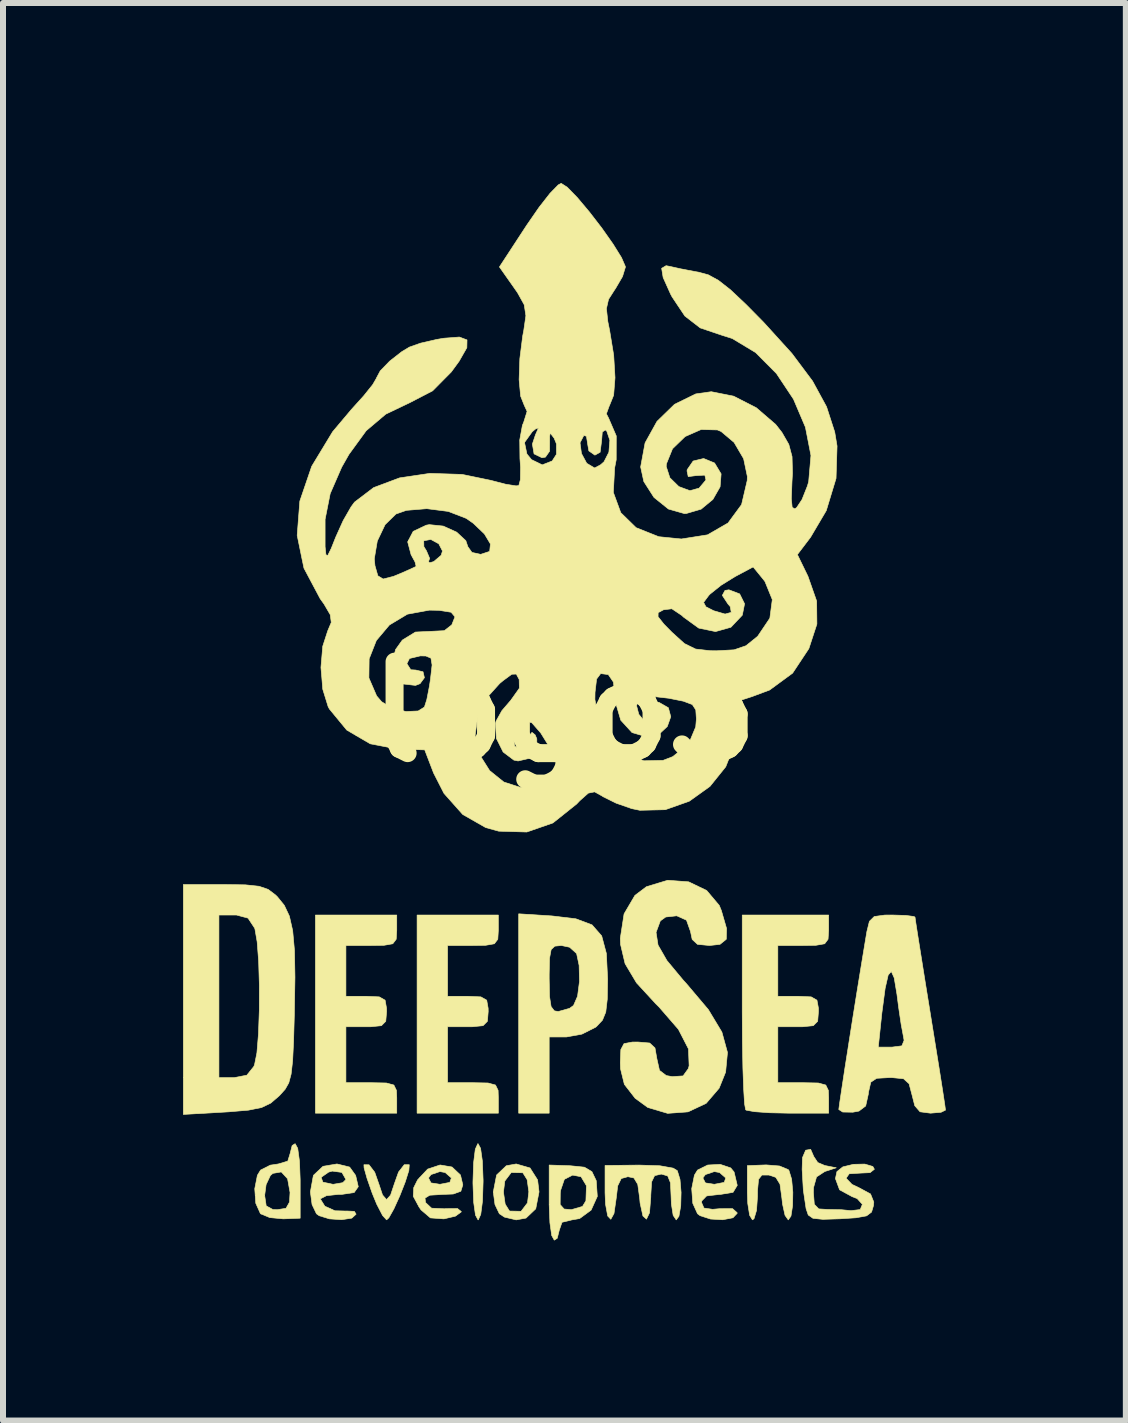
<source format=kicad_pcb>
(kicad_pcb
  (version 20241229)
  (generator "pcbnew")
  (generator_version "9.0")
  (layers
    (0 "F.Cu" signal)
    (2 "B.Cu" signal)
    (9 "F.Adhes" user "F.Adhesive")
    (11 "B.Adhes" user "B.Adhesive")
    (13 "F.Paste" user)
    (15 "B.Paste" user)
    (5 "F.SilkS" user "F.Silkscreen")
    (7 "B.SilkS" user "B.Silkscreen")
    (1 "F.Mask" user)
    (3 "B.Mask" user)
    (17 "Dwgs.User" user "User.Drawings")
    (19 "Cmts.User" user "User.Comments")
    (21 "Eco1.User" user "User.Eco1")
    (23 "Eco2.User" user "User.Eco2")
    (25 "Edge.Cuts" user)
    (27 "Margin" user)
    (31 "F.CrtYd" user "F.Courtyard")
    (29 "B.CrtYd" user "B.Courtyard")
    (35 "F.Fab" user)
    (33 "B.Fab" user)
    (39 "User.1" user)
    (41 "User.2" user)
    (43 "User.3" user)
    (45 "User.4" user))
  (footprint "logo3"
    (layer "F.Cu")
    (at 6.355 8.81)
    (property "Reference" "logo3" (at 0 0 0) (layer "F.SilkS") (effects (font (size 1.524 1.524) (thickness 0.3))))
    (attr through_hole)
    (fp_poly (pts (xy -1.397 7.275) (xy -1.367 7.489) (xy -1.355 7.802) (xy -1.355 7.832) (xy -1.365 8.152) (xy -1.394 8.375) (xy -1.435 8.466) (xy -1.439 8.467) (xy -1.482 8.388) (xy -1.512 8.175) (xy -1.524 7.861) (xy -1.524 7.832) (xy -1.513 7.512) (xy -1.485 7.289) (xy -1.443 7.197) (xy -1.439 7.197) (xy -1.397 7.275)) (stroke (width 0.01) (type solid)) (fill yes) (layer "F.SilkS"))
    (fp_poly (pts (xy -2.592 7.643) (xy -2.652 7.834) (xy -2.743 8.066) (xy -2.842 8.284) (xy -2.926 8.433) (xy -2.963 8.467) (xy -3.03 8.394) (xy -3.127 8.207) (xy -3.203 8.022) (xy -3.289 7.775) (xy -3.338 7.601) (xy -3.341 7.548) (xy -3.256 7.549) (xy -3.161 7.673) (xy -3.09 7.875) (xy -3.031 8.052) (xy -2.965 8.128) (xy -2.963 8.128) (xy -2.897 8.055) (xy -2.838 7.879) (xy -2.837 7.875) (xy -2.764 7.67) (xy -2.669 7.548) (xy -2.585 7.548) (xy -2.592 7.643)) (stroke (width 0.01) (type solid)) (fill yes) (layer "F.SilkS"))
    (fp_poly (pts (xy 3.584 7.569) (xy 3.729 7.629) (xy 3.741 7.643) (xy 3.786 7.789) (xy 3.806 8.005) (xy 3.802 8.23) (xy 3.775 8.404) (xy 3.73 8.467) (xy 3.676 8.391) (xy 3.634 8.201) (xy 3.624 8.107) (xy 3.592 7.872) (xy 3.522 7.758) (xy 3.408 7.72) (xy 3.291 7.72) (xy 3.235 7.791) (xy 3.218 7.974) (xy 3.217 8.08) (xy 3.201 8.309) (xy 3.159 8.448) (xy 3.133 8.467) (xy 3.086 8.39) (xy 3.055 8.194) (xy 3.048 8.015) (xy 3.048 7.563) (xy 3.362 7.551) (xy 3.584 7.569)) (stroke (width 0.01) (type solid)) (fill yes) (layer "F.SilkS"))
    (fp_poly (pts (xy -2.794 3.641) (xy -2.803 3.791) (xy -2.86 3.866) (xy -3.008 3.892) (xy -3.217 3.895) (xy -3.641 3.895) (xy -3.641 4.741) (xy -3.302 4.741) (xy -3.085 4.751) (xy -2.988 4.806) (xy -2.964 4.941) (xy -2.963 4.995) (xy -2.977 5.158) (xy -3.049 5.231) (xy -3.229 5.249) (xy -3.302 5.249) (xy -3.641 5.249) (xy -3.641 6.181) (xy -3.217 6.181) (xy -2.967 6.186) (xy -2.842 6.22) (xy -2.799 6.309) (xy -2.794 6.435) (xy -2.794 6.689) (xy -4.149 6.689) (xy -4.149 3.387) (xy -2.794 3.387) (xy -2.794 3.641)) (stroke (width 0.01) (type solid)) (fill yes) (layer "F.SilkS"))
    (fp_poly (pts (xy -1.101 3.641) (xy -1.11 3.791) (xy -1.167 3.866) (xy -1.315 3.892) (xy -1.524 3.895) (xy -1.947 3.895) (xy -1.947 4.741) (xy -1.609 4.741) (xy -1.392 4.751) (xy -1.295 4.806) (xy -1.271 4.941) (xy -1.27 4.995) (xy -1.283 5.158) (xy -1.356 5.231) (xy -1.536 5.249) (xy -1.609 5.249) (xy -1.947 5.249) (xy -1.947 6.181) (xy -1.524 6.181) (xy -1.273 6.186) (xy -1.148 6.22) (xy -1.105 6.309) (xy -1.101 6.435) (xy -1.101 6.689) (xy -2.455 6.689) (xy -2.455 3.387) (xy -1.101 3.387) (xy -1.101 3.641)) (stroke (width 0.01) (type solid)) (fill yes) (layer "F.SilkS"))
    (fp_poly (pts (xy -0.573 7.602) (xy -0.447 7.801) (xy -0.423 8.001) (xy -0.478 8.283) (xy -0.64 8.437) (xy -0.804 8.467) (xy -0.999 8.421) (xy -1.084 8.365) (xy -1.157 8.212) (xy -1.185 8.003) (xy -1.016 8.003) (xy -0.987 8.205) (xy -0.917 8.317) (xy -0.91 8.32) (xy -0.722 8.324) (xy -0.615 8.183) (xy -0.593 7.999) (xy -0.621 7.797) (xy -0.691 7.685) (xy -0.699 7.682) (xy -0.886 7.678) (xy -0.993 7.819) (xy -1.016 8.003) (xy -1.185 8.003) (xy -1.185 8.001) (xy -1.13 7.719) (xy -0.968 7.565) (xy -0.804 7.535) (xy -0.573 7.602)) (stroke (width 0.01) (type solid)) (fill yes) (layer "F.SilkS"))
    (fp_poly (pts (xy 0.099 7.565) (xy 0.333 7.589) (xy 0.458 7.663) (xy 0.53 7.813) (xy 0.548 8.076) (xy 0.445 8.304) (xy 0.253 8.445) (xy 0.125 8.467) (xy -0.04 8.507) (xy -0.085 8.636) (xy -0.12 8.774) (xy -0.169 8.805) (xy -0.212 8.727) (xy -0.242 8.514) (xy -0.254 8.212) (xy -0.071 8.212) (xy -0.005 8.286) (xy 0.115 8.297) (xy 0.301 8.243) (xy 0.358 8.149) (xy 0.367 7.898) (xy 0.277 7.748) (xy 0.137 7.721) (xy -0.001 7.791) (xy -0.064 7.976) (xy -0.069 8.022) (xy -0.071 8.212) (xy -0.254 8.212) (xy -0.254 8.203) (xy -0.254 8.179) (xy -0.254 7.553) (xy 0.099 7.565)) (stroke (width 0.01) (type solid)) (fill yes) (layer "F.SilkS"))
    (fp_poly (pts (xy -4.444 7.275) (xy -4.415 7.488) (xy -4.403 7.798) (xy -4.403 7.818) (xy -4.403 8.439) (xy -4.685 8.45) (xy -4.909 8.429) (xy -5.062 8.366) (xy -5.066 8.362) (xy -5.143 8.19) (xy -5.152 8.06) (xy -4.995 8.06) (xy -4.969 8.234) (xy -4.858 8.294) (xy -4.784 8.297) (xy -4.639 8.274) (xy -4.581 8.171) (xy -4.572 8.01) (xy -4.613 7.782) (xy -4.718 7.668) (xy -4.858 7.692) (xy -4.9 7.728) (xy -4.971 7.879) (xy -4.995 8.06) (xy -5.152 8.06) (xy -5.16 7.948) (xy -5.116 7.724) (xy -5.063 7.637) (xy -4.901 7.555) (xy -4.767 7.535) (xy -4.61 7.488) (xy -4.572 7.366) (xy -4.537 7.228) (xy -4.487 7.197) (xy -4.444 7.275)) (stroke (width 0.01) (type solid)) (fill yes) (layer "F.SilkS"))
    (fp_poly (pts (xy -3.579 7.587) (xy -3.479 7.726) (xy -3.435 7.914) (xy -3.503 8.011) (xy -3.707 8.042) (xy -3.773 8.043) (xy -3.967 8.064) (xy -4.062 8.114) (xy -4.064 8.124) (xy -3.992 8.239) (xy -3.824 8.315) (xy -3.635 8.32) (xy -3.629 8.319) (xy -3.501 8.325) (xy -3.471 8.372) (xy -3.543 8.438) (xy -3.713 8.464) (xy -3.916 8.45) (xy -4.086 8.398) (xy -4.132 8.365) (xy -4.205 8.212) (xy -4.233 8.001) (xy -4.189 7.758) (xy -4.054 7.758) (xy -4.025 7.838) (xy -3.857 7.874) (xy -3.852 7.874) (xy -3.693 7.847) (xy -3.641 7.794) (xy -3.708 7.676) (xy -3.868 7.654) (xy -3.929 7.671) (xy -4.054 7.758) (xy -4.189 7.758) (xy -4.182 7.724) (xy -4.022 7.574) (xy -3.79 7.535) (xy -3.579 7.587)) (stroke (width 0.01) (type solid)) (fill yes) (layer "F.SilkS"))
    (fp_poly (pts (xy -1.873 7.586) (xy -1.732 7.719) (xy -1.693 7.884) (xy -1.726 7.99) (xy -1.853 8.036) (xy -2.029 8.043) (xy -2.244 8.056) (xy -2.323 8.104) (xy -2.314 8.178) (xy -2.214 8.272) (xy -1.999 8.282) (xy -1.976 8.28) (xy -1.781 8.278) (xy -1.718 8.329) (xy -1.72 8.335) (xy -1.816 8.405) (xy -2.007 8.45) (xy -2.012 8.45) (xy -2.233 8.434) (xy -2.389 8.301) (xy -2.424 8.25) (xy -2.519 8.073) (xy -2.511 7.93) (xy -2.447 7.801) (xy -2.417 7.768) (xy -2.265 7.768) (xy -2.223 7.851) (xy -2.074 7.874) (xy -1.909 7.842) (xy -1.884 7.768) (xy -1.987 7.678) (xy -2.074 7.662) (xy -2.223 7.712) (xy -2.265 7.768) (xy -2.417 7.768) (xy -2.279 7.621) (xy -2.072 7.552) (xy -1.873 7.586)) (stroke (width 0.01) (type solid)) (fill yes) (layer "F.SilkS"))
    (fp_poly (pts (xy -0.21 3.402) (xy 0.191 3.45) (xy 0.46 3.551) (xy 0.621 3.735) (xy 0.699 4.028) (xy 0.72 4.455) (xy 0.714 4.791) (xy 0.689 5.004) (xy 0.634 5.139) (xy 0.537 5.242) (xy 0.52 5.257) (xy 0.291 5.372) (xy 0.033 5.419) (xy -0.254 5.419) (xy -0.254 6.689) (xy -0.762 6.689) (xy -0.762 4.445) (xy -0.254 4.445) (xy -0.248 4.745) (xy -0.222 4.913) (xy -0.168 4.984) (xy -0.102 4.995) (xy 0.086 4.942) (xy 0.152 4.894) (xy 0.219 4.74) (xy 0.251 4.494) (xy 0.245 4.227) (xy 0.203 4.029) (xy 0.087 3.924) (xy -0.051 3.895) (xy -0.16 3.906) (xy -0.221 3.963) (xy -0.248 4.107) (xy -0.254 4.374) (xy -0.254 4.445) (xy -0.762 4.445) (xy -0.762 3.367) (xy -0.21 3.402)) (stroke (width 0.01) (type solid)) (fill yes) (layer "F.SilkS"))
    (fp_poly (pts (xy 1.59 7.565) (xy 1.813 7.605) (xy 1.881 7.647) (xy 1.926 7.793) (xy 1.944 8.01) (xy 1.938 8.234) (xy 1.908 8.407) (xy 1.863 8.467) (xy 1.812 8.391) (xy 1.782 8.2) (xy 1.778 8.086) (xy 1.767 7.848) (xy 1.721 7.735) (xy 1.621 7.705) (xy 1.609 7.705) (xy 1.503 7.73) (xy 1.453 7.833) (xy 1.439 8.058) (xy 1.439 8.086) (xy 1.418 8.349) (xy 1.367 8.455) (xy 1.308 8.402) (xy 1.261 8.187) (xy 1.254 8.107) (xy 1.222 7.875) (xy 1.158 7.769) (xy 1.058 7.747) (xy 0.947 7.778) (xy 0.888 7.899) (xy 0.863 8.107) (xy 0.826 8.361) (xy 0.773 8.457) (xy 0.721 8.402) (xy 0.685 8.205) (xy 0.677 8.014) (xy 0.677 7.56) (xy 1.247 7.554) (xy 1.59 7.565)) (stroke (width 0.01) (type solid)) (fill yes) (layer "F.SilkS"))
    (fp_poly (pts (xy 2.771 7.601) (xy 2.827 7.669) (xy 2.88 7.892) (xy 2.81 8.008) (xy 2.599 8.043) (xy 2.582 8.043) (xy 2.369 8.068) (xy 2.289 8.151) (xy 2.286 8.18) (xy 2.325 8.27) (xy 2.469 8.291) (xy 2.582 8.281) (xy 2.802 8.28) (xy 2.878 8.348) (xy 2.879 8.357) (xy 2.808 8.432) (xy 2.637 8.465) (xy 2.434 8.453) (xy 2.261 8.397) (xy 2.218 8.365) (xy 2.139 8.191) (xy 2.121 7.947) (xy 2.157 7.768) (xy 2.307 7.768) (xy 2.349 7.851) (xy 2.498 7.874) (xy 2.663 7.842) (xy 2.688 7.768) (xy 2.585 7.678) (xy 2.498 7.662) (xy 2.349 7.712) (xy 2.307 7.768) (xy 2.157 7.768) (xy 2.166 7.722) (xy 2.218 7.637) (xy 2.387 7.553) (xy 2.596 7.542) (xy 2.771 7.601)) (stroke (width 0.01) (type solid)) (fill yes) (layer "F.SilkS"))
    (fp_poly (pts (xy 4.403 3.641) (xy 4.393 3.791) (xy 4.337 3.866) (xy 4.188 3.892) (xy 3.979 3.895) (xy 3.556 3.895) (xy 3.556 4.741) (xy 3.895 4.741) (xy 4.112 4.751) (xy 4.208 4.806) (xy 4.233 4.941) (xy 4.233 4.995) (xy 4.22 5.158) (xy 4.147 5.231) (xy 3.967 5.249) (xy 3.895 5.249) (xy 3.556 5.249) (xy 3.556 6.181) (xy 3.979 6.181) (xy 4.23 6.186) (xy 4.355 6.22) (xy 4.398 6.309) (xy 4.403 6.435) (xy 4.403 6.689) (xy 3.739 6.689) (xy 3.419 6.682) (xy 3.168 6.664) (xy 3.03 6.639) (xy 3.02 6.632) (xy 3.002 6.534) (xy 2.987 6.293) (xy 2.974 5.938) (xy 2.966 5.495) (xy 2.963 4.993) (xy 2.963 4.981) (xy 2.963 3.387) (xy 4.403 3.387) (xy 4.403 3.641)) (stroke (width 0.01) (type solid)) (fill yes) (layer "F.SilkS"))
    (fp_poly (pts (xy -5.317 2.884) (xy -5.089 2.908) (xy -4.937 2.96) (xy -4.815 3.052) (xy -4.785 3.081) (xy -4.668 3.225) (xy -4.583 3.405) (xy -4.528 3.648) (xy -4.498 3.979) (xy -4.49 4.424) (xy -4.5 5.012) (xy -4.5 5.031) (xy -4.513 5.493) (xy -4.529 5.818) (xy -4.554 6.038) (xy -4.593 6.184) (xy -4.653 6.29) (xy -4.74 6.387) (xy -4.757 6.404) (xy -4.893 6.521) (xy -5.047 6.595) (xy -5.266 6.639) (xy -5.598 6.667) (xy -5.667 6.671) (xy -6.35 6.71) (xy -6.35 3.387) (xy -5.757 3.387) (xy -5.757 6.096) (xy -5.501 6.096) (xy -5.292 6.056) (xy -5.175 5.91) (xy -5.163 5.879) (xy -5.124 5.684) (xy -5.098 5.367) (xy -5.084 4.976) (xy -5.083 4.559) (xy -5.095 4.162) (xy -5.12 3.834) (xy -5.157 3.62) (xy -5.163 3.604) (xy -5.272 3.439) (xy -5.465 3.387) (xy -5.501 3.387) (xy -5.757 3.387) (xy -6.35 3.387) (xy -6.35 2.879) (xy -5.669 2.879) (xy -5.317 2.884)) (stroke (width 0.01) (type solid)) (fill yes) (layer "F.SilkS"))
    (fp_poly (pts (xy 4.149 7.397) (xy 4.149 7.402) (xy 4.221 7.511) (xy 4.339 7.561) (xy 4.53 7.599) (xy 4.339 7.661) (xy 4.201 7.751) (xy 4.151 7.929) (xy 4.149 8.012) (xy 4.164 8.207) (xy 4.238 8.284) (xy 4.381 8.293) (xy 4.62 8.298) (xy 4.775 8.313) (xy 4.929 8.295) (xy 4.965 8.208) (xy 4.878 8.112) (xy 4.796 8.081) (xy 4.585 7.966) (xy 4.516 7.779) (xy 4.541 7.662) (xy 4.639 7.584) (xy 4.816 7.541) (xy 5.005 7.537) (xy 5.139 7.577) (xy 5.165 7.623) (xy 5.093 7.68) (xy 4.941 7.687) (xy 4.745 7.699) (xy 4.694 7.773) (xy 4.791 7.875) (xy 4.916 7.935) (xy 5.101 8.035) (xy 5.155 8.17) (xy 5.15 8.229) (xy 5.118 8.337) (xy 5.035 8.4) (xy 4.859 8.432) (xy 4.596 8.449) (xy 4.306 8.458) (xy 4.142 8.441) (xy 4.063 8.386) (xy 4.027 8.28) (xy 4.027 8.28) (xy 3.981 7.971) (xy 3.961 7.625) (xy 3.967 7.429) (xy 4.02 7.306) (xy 4.103 7.292) (xy 4.149 7.397)) (stroke (width 0.01) (type solid)) (fill yes) (layer "F.SilkS"))
    (fp_poly (pts (xy 2.07 2.834) (xy 2.37 2.978) (xy 2.58 3.227) (xy 2.615 3.312) (xy 2.702 3.612) (xy 2.697 3.791) (xy 2.592 3.876) (xy 2.419 3.895) (xy 2.218 3.876) (xy 2.129 3.794) (xy 2.101 3.662) (xy 2.034 3.473) (xy 1.872 3.4) (xy 1.688 3.42) (xy 1.598 3.485) (xy 1.527 3.676) (xy 1.56 3.888) (xy 1.708 4.146) (xy 1.981 4.474) (xy 2.034 4.532) (xy 2.399 4.964) (xy 2.624 5.338) (xy 2.717 5.677) (xy 2.686 6.005) (xy 2.578 6.273) (xy 2.362 6.525) (xy 2.06 6.667) (xy 1.72 6.692) (xy 1.389 6.594) (xy 1.179 6.441) (xy 0.999 6.209) (xy 0.935 5.95) (xy 0.931 5.849) (xy 0.94 5.629) (xy 0.993 5.53) (xy 1.131 5.504) (xy 1.222 5.503) (xy 1.421 5.52) (xy 1.509 5.602) (xy 1.54 5.779) (xy 1.584 5.976) (xy 1.697 6.062) (xy 1.796 6.08) (xy 1.977 6.068) (xy 2.065 5.946) (xy 2.078 5.899) (xy 2.067 5.618) (xy 1.9 5.293) (xy 1.575 4.918) (xy 1.524 4.868) (xy 1.201 4.517) (xy 1.011 4.198) (xy 0.935 3.876) (xy 0.931 3.776) (xy 0.994 3.368) (xy 1.175 3.06) (xy 1.367 2.915) (xy 1.721 2.808) (xy 2.07 2.834)) (stroke (width 0.01) (type solid)) (fill yes) (layer "F.SilkS"))
    (fp_poly (pts (xy 5.691 3.394) (xy 5.825 3.412) (xy 5.842 3.423) (xy 5.855 3.514) (xy 5.891 3.746) (xy 5.946 4.091) (xy 6.015 4.524) (xy 6.095 5.017) (xy 6.096 5.024) (xy 6.176 5.519) (xy 6.246 5.954) (xy 6.301 6.304) (xy 6.337 6.541) (xy 6.35 6.638) (xy 6.35 6.638) (xy 6.276 6.674) (xy 6.1 6.689) (xy 5.926 6.666) (xy 5.838 6.565) (xy 5.794 6.392) (xy 5.743 6.199) (xy 5.65 6.115) (xy 5.455 6.096) (xy 5.415 6.096) (xy 5.202 6.108) (xy 5.105 6.173) (xy 5.068 6.334) (xy 5.064 6.371) (xy 5.02 6.569) (xy 4.908 6.654) (xy 4.805 6.673) (xy 4.637 6.67) (xy 4.572 6.628) (xy 4.585 6.528) (xy 4.62 6.293) (xy 4.671 5.956) (xy 4.729 5.588) (xy 5.23 5.588) (xy 5.46 5.588) (xy 5.623 5.567) (xy 5.66 5.475) (xy 5.646 5.397) (xy 5.611 5.209) (xy 5.569 4.926) (xy 5.541 4.708) (xy 5.495 4.434) (xy 5.447 4.328) (xy 5.395 4.387) (xy 5.344 4.61) (xy 5.293 4.995) (xy 5.29 5.016) (xy 5.23 5.588) (xy 4.729 5.588) (xy 4.735 5.548) (xy 4.805 5.103) (xy 4.877 4.653) (xy 4.946 4.23) (xy 5.006 3.866) (xy 5.04 3.662) (xy 5.082 3.492) (xy 5.163 3.412) (xy 5.337 3.388) (xy 5.465 3.387) (xy 5.691 3.394)) (stroke (width 0.01) (type solid)) (fill yes) (layer "F.SilkS"))
    (fp_poly (pts (xy 0.047 -8.74) (xy 0.213 -8.57) (xy 0.414 -8.331) (xy 0.623 -8.06) (xy 0.811 -7.793) (xy 0.951 -7.568) (xy 1.015 -7.42) (xy 1.016 -7.408) (xy 0.968 -7.252) (xy 0.852 -7.053) (xy 0.838 -7.033) (xy 0.735 -6.872) (xy 0.7 -6.718) (xy 0.723 -6.503) (xy 0.753 -6.355) (xy 0.821 -5.94) (xy 0.843 -5.566) (xy 0.82 -5.274) (xy 0.751 -5.103) (xy 0.749 -5.101) (xy 0.699 -4.965) (xy 0.736 -4.893) (xy 0.864 -4.596) (xy 0.863 -4.199) (xy 0.837 -4.065) (xy 0.815 -3.655) (xy 0.939 -3.317) (xy 1.195 -3.067) (xy 1.572 -2.917) (xy 1.949 -2.879) (xy 2.385 -2.948) (xy 2.726 -3.145) (xy 2.952 -3.452) (xy 3.046 -3.853) (xy 3.048 -3.921) (xy 2.986 -4.217) (xy 2.827 -4.488) (xy 2.611 -4.67) (xy 2.549 -4.696) (xy 2.278 -4.703) (xy 2.012 -4.586) (xy 1.801 -4.382) (xy 1.699 -4.13) (xy 1.696 -4.087) (xy 1.757 -3.899) (xy 1.907 -3.752) (xy 2.09 -3.684) (xy 2.244 -3.726) (xy 2.358 -3.862) (xy 2.34 -3.943) (xy 2.196 -3.935) (xy 2.194 -3.935) (xy 2.063 -3.918) (xy 2.043 -4.012) (xy 2.046 -4.034) (xy 2.145 -4.178) (xy 2.32 -4.22) (xy 2.502 -4.145) (xy 2.611 -3.964) (xy 2.594 -3.748) (xy 2.474 -3.538) (xy 2.278 -3.376) (xy 2.029 -3.303) (xy 1.999 -3.302) (xy 1.733 -3.378) (xy 1.492 -3.572) (xy 1.323 -3.836) (xy 1.27 -4.079) (xy 1.344 -4.48) (xy 1.543 -4.839) (xy 1.835 -5.123) (xy 2.188 -5.296) (xy 2.447 -5.333) (xy 2.819 -5.259) (xy 3.197 -5.066) (xy 3.52 -4.788) (xy 3.624 -4.655) (xy 3.739 -4.455) (xy 3.793 -4.252) (xy 3.8 -3.976) (xy 3.792 -3.835) (xy 3.781 -3.55) (xy 3.795 -3.407) (xy 3.838 -3.381) (xy 3.869 -3.401) (xy 3.959 -3.536) (xy 4.049 -3.762) (xy 4.07 -3.833) (xy 4.108 -4.27) (xy 4.016 -4.741) (xy 3.817 -5.209) (xy 3.533 -5.636) (xy 3.186 -5.985) (xy 2.798 -6.219) (xy 2.615 -6.277) (xy 2.263 -6.396) (xy 2.007 -6.594) (xy 1.794 -6.913) (xy 1.769 -6.96) (xy 1.645 -7.236) (xy 1.62 -7.389) (xy 1.694 -7.433) (xy 1.757 -7.421) (xy 1.936 -7.381) (xy 2.187 -7.333) (xy 2.234 -7.325) (xy 2.397 -7.281) (xy 2.564 -7.19) (xy 2.765 -7.033) (xy 3.026 -6.787) (xy 3.317 -6.492) (xy 3.79 -5.971) (xy 4.135 -5.51) (xy 4.368 -5.082) (xy 4.504 -4.661) (xy 4.543 -4.427) (xy 4.526 -3.888) (xy 4.363 -3.351) (xy 4.101 -2.907) (xy 3.882 -2.619) (xy 4.058 -2.257) (xy 4.203 -1.844) (xy 4.207 -1.461) (xy 4.073 -1.052) (xy 3.802 -0.643) (xy 3.419 -0.362) (xy 3.127 -0.253) (xy 2.921 -0.186) (xy 2.84 -0.1) (xy 2.842 0.059) (xy 2.852 0.12) (xy 2.84 0.533) (xy 2.688 0.917) (xy 2.425 1.244) (xy 2.08 1.491) (xy 1.681 1.632) (xy 1.257 1.642) (xy 1.122 1.614) (xy 0.861 1.523) (xy 0.645 1.416) (xy 0.626 1.403) (xy 0.503 1.335) (xy 0.398 1.356) (xy 0.255 1.483) (xy 0.203 1.538) (xy -0.192 1.853) (xy -0.627 2.004) (xy -1.095 1.99) (xy -1.312 1.93) (xy -1.694 1.712) (xy -2.007 1.36) (xy -2.18 1.021) (xy -2.328 0.635) (xy -2.774 0.623) (xy -3.236 0.534) (xy -3.475 0.394) (xy -1.488 0.394) (xy -1.414 0.714) (xy -1.246 0.981) (xy -1.01 1.171) (xy -0.734 1.26) (xy -0.445 1.224) (xy -0.242 1.107) (xy -0.042 0.945) (xy -0.203 0.663) (xy -0.395 0.353) (xy -0.542 0.185) (xy -0.661 0.145) (xy -0.733 0.18) (xy -0.812 0.303) (xy -0.847 0.459) (xy -0.828 0.574) (xy -0.793 0.593) (xy -0.705 0.533) (xy -0.629 0.445) (xy -0.54 0.343) (xy -0.488 0.385) (xy -0.46 0.451) (xy -0.461 0.637) (xy -0.582 0.776) (xy -0.772 0.82) (xy -0.842 0.806) (xy -1.021 0.671) (xy -1.134 0.444) (xy -1.149 0.197) (xy -1.139 0.156) (xy -1.042 -0.018) (xy -0.892 -0.193) (xy -0.884 -0.204) (xy 0.508 -0.204) (xy 0.575 0.16) (xy 0.755 0.468) (xy 1.015 0.695) (xy 1.323 0.817) (xy 1.644 0.81) (xy 1.805 0.748) (xy 2.069 0.537) (xy 2.188 0.252) (xy 2.199 0.12) (xy 2.189 -0.031) (xy 2.131 -0.12) (xy 1.982 -0.176) (xy 1.739 -0.225) (xy 1.424 -0.261) (xy 1.25 -0.222) (xy 1.202 -0.102) (xy 1.239 0.042) (xy 1.335 0.16) (xy 1.44 0.163) (xy 1.491 0.065) (xy 1.479 -0.008) (xy 1.463 -0.139) (xy 1.556 -0.159) (xy 1.578 -0.155) (xy 1.732 -0.067) (xy 1.772 0.083) (xy 1.714 0.246) (xy 1.575 0.376) (xy 1.387 0.423) (xy 1.127 0.347) (xy 0.939 0.141) (xy 0.85 -0.162) (xy 0.847 -0.245) (xy 0.816 -0.495) (xy 0.732 -0.618) (xy 0.728 -0.62) (xy 0.604 -0.636) (xy 0.536 -0.545) (xy 0.51 -0.323) (xy 0.508 -0.204) (xy -0.884 -0.204) (xy -0.751 -0.392) (xy -0.754 -0.538) (xy -0.802 -0.628) (xy -0.877 -0.625) (xy -1.02 -0.52) (xy -1.078 -0.472) (xy -1.28 -0.248) (xy -1.427 0.01) (xy -1.44 0.045) (xy -1.488 0.394) (xy -3.475 0.394) (xy -3.627 0.305) (xy -3.916 -0.046) (xy -3.937 -0.085) (xy -4.027 -0.376) (xy -4.042 -0.563) (xy -3.258 -0.563) (xy -3.129 -0.264) (xy -3.046 -0.167) (xy -2.866 -0.058) (xy -2.64 -0.004) (xy -2.437 -0.013) (xy -2.333 -0.078) (xy -2.293 -0.203) (xy -2.249 -0.429) (xy -2.232 -0.543) (xy -2.205 -0.779) (xy -2.224 -0.893) (xy -2.309 -0.929) (xy -2.401 -0.931) (xy -2.582 -0.888) (xy -2.625 -0.801) (xy -2.56 -0.7) (xy -2.477 -0.695) (xy -2.356 -0.666) (xy -2.333 -0.567) (xy -2.406 -0.468) (xy -2.481 -0.439) (xy -2.69 -0.463) (xy -2.824 -0.601) (xy -2.87 -0.806) (xy -2.814 -1.036) (xy -2.701 -1.194) (xy -2.483 -1.328) (xy -2.244 -1.339) (xy -2.001 -1.351) (xy -1.877 -1.448) (xy -1.824 -1.582) (xy -1.826 -1.584) (xy 1.56 -1.584) (xy 1.658 -1.46) (xy 1.791 -1.325) (xy 2 -1.136) (xy 2.186 -1.045) (xy 2.43 -1.017) (xy 2.538 -1.016) (xy 2.827 -1.032) (xy 3.025 -1.1) (xy 3.205 -1.245) (xy 3.224 -1.263) (xy 3.423 -1.559) (xy 3.464 -1.869) (xy 3.342 -2.169) (xy 3.308 -2.213) (xy 3.145 -2.413) (xy 2.845 -2.253) (xy 2.611 -2.108) (xy 2.426 -1.96) (xy 2.405 -1.938) (xy 2.319 -1.822) (xy 2.358 -1.749) (xy 2.488 -1.683) (xy 2.677 -1.628) (xy 2.78 -1.656) (xy 2.763 -1.752) (xy 2.725 -1.796) (xy 2.631 -1.939) (xy 2.676 -2.022) (xy 2.741 -2.032) (xy 2.92 -1.964) (xy 3.002 -1.799) (xy 2.964 -1.609) (xy 2.774 -1.408) (xy 2.518 -1.336) (xy 2.238 -1.394) (xy 1.98 -1.581) (xy 1.96 -1.602) (xy 1.79 -1.716) (xy 1.651 -1.699) (xy 1.562 -1.651) (xy 1.56 -1.584) (xy -1.826 -1.584) (xy -1.888 -1.658) (xy -2.089 -1.69) (xy -2.251 -1.693) (xy -2.616 -1.626) (xy -2.916 -1.446) (xy -3.134 -1.187) (xy -3.254 -0.882) (xy -3.258 -0.563) (xy -4.042 -0.563) (xy -4.057 -0.738) (xy -4.027 -1.092) (xy -3.944 -1.348) (xy -3.885 -1.488) (xy -3.902 -1.617) (xy -4.006 -1.795) (xy -4.07 -1.884) (xy -4.34 -2.392) (xy -4.373 -2.549) (xy -3.168 -2.549) (xy -3.157 -2.434) (xy -3.109 -2.266) (xy -3.021 -2.212) (xy -2.848 -2.256) (xy -2.734 -2.303) (xy -2.559 -2.38) (xy -2.471 -2.422) (xy -2.489 -2.496) (xy -2.555 -2.617) (xy -2.612 -2.831) (xy -2.602 -2.849) (xy -2.344 -2.849) (xy -2.342 -2.751) (xy -2.299 -2.682) (xy -2.246 -2.556) (xy -2.263 -2.507) (xy -2.252 -2.481) (xy -2.178 -2.502) (xy -2.054 -2.607) (xy -2.032 -2.679) (xy -2.094 -2.799) (xy -2.226 -2.871) (xy -2.344 -2.849) (xy -2.602 -2.849) (xy -2.52 -3.006) (xy -2.302 -3.109) (xy -2.251 -3.118) (xy -2.019 -3.094) (xy -1.796 -2.993) (xy -1.643 -2.851) (xy -1.609 -2.75) (xy -1.541 -2.655) (xy -1.395 -2.623) (xy -1.255 -2.669) (xy -1.245 -2.678) (xy -1.233 -2.796) (xy -1.333 -2.963) (xy -1.518 -3.14) (xy -1.635 -3.222) (xy -1.935 -3.338) (xy -2.293 -3.384) (xy -2.633 -3.356) (xy -2.807 -3.295) (xy -2.988 -3.118) (xy -3.118 -2.845) (xy -3.168 -2.549) (xy -4.373 -2.549) (xy -4.453 -2.939) (xy -4.409 -3.51) (xy -4.211 -4.09) (xy -3.862 -4.666) (xy -3.547 -5.04) (xy -3.342 -5.267) (xy -3.194 -5.452) (xy -3.133 -5.557) (xy -3.133 -5.56) (xy -3.069 -5.68) (xy -2.912 -5.842) (xy -2.71 -6) (xy -2.582 -6.077) (xy -2.397 -6.142) (xy -2.128 -6.204) (xy -2.011 -6.224) (xy -1.751 -6.244) (xy -1.623 -6.196) (xy -1.626 -6.066) (xy -1.755 -5.84) (xy -1.886 -5.661) (xy -2.197 -5.347) (xy -2.575 -5.151) (xy -2.977 -4.959) (xy -3.303 -4.683) (xy -3.59 -4.289) (xy -3.711 -4.076) (xy -3.903 -3.635) (xy -3.988 -3.206) (xy -3.988 -2.752) (xy -3.974 -2.617) (xy -3.945 -2.602) (xy -3.886 -2.72) (xy -3.811 -2.909) (xy -3.687 -3.184) (xy -3.554 -3.416) (xy -3.497 -3.493) (xy -3.179 -3.735) (xy -2.747 -3.897) (xy -2.243 -3.972) (xy -1.705 -3.955) (xy -1.227 -3.856) (xy -0.981 -3.792) (xy -0.806 -3.764) (xy -0.76 -3.769) (xy -0.734 -3.867) (xy -0.731 -4.076) (xy -0.741 -4.218) (xy -0.744 -4.487) (xy -0.665 -4.487) (xy -0.625 -4.295) (xy -0.548 -4.201) (xy -0.369 -4.114) (xy -0.204 -4.179) (xy -0.133 -4.289) (xy -0.133 -4.464) (xy -0.14 -4.482) (xy 0.26 -4.482) (xy 0.284 -4.303) (xy 0.372 -4.14) (xy 0.5 -4.064) (xy 0.508 -4.064) (xy 0.604 -4.116) (xy 0.66 -4.166) (xy 0.741 -4.325) (xy 0.757 -4.523) (xy 0.706 -4.675) (xy 0.682 -4.696) (xy 0.631 -4.661) (xy 0.619 -4.51) (xy 0.595 -4.324) (xy 0.508 -4.276) (xy 0.407 -4.347) (xy 0.387 -4.462) (xy 0.367 -4.59) (xy 0.324 -4.605) (xy 0.26 -4.482) (xy -0.14 -4.482) (xy -0.171 -4.558) (xy -0.237 -4.645) (xy -0.247 -4.583) (xy -0.246 -4.572) (xy -0.247 -4.342) (xy -0.316 -4.243) (xy -0.374 -4.233) (xy -0.506 -4.297) (xy -0.534 -4.46) (xy -0.483 -4.614) (xy -0.432 -4.73) (xy -0.48 -4.713) (xy -0.536 -4.667) (xy -0.665 -4.487) (xy -0.744 -4.487) (xy -0.745 -4.527) (xy -0.7 -4.773) (xy -0.679 -4.823) (xy -0.622 -5.005) (xy -0.669 -5.106) (xy -0.73 -5.26) (xy -0.755 -5.534) (xy -0.743 -5.883) (xy -0.695 -6.263) (xy -0.678 -6.35) (xy -0.642 -6.599) (xy -0.67 -6.782) (xy -0.781 -6.982) (xy -0.843 -7.071) (xy -1.083 -7.412) (xy -0.628 -8.108) (xy -0.422 -8.406) (xy -0.239 -8.64) (xy -0.103 -8.779) (xy -0.054 -8.805) (xy 0.047 -8.74)) (stroke (width 0.01) (type solid)) (fill yes) (layer "F.SilkS")))
  (gr_rect
    (start -3 -3)
    (end 15.71 20.621)
    (stroke (width 0.1) (type default))
    (fill no)
    (layer "Edge.Cuts")))
</source>
